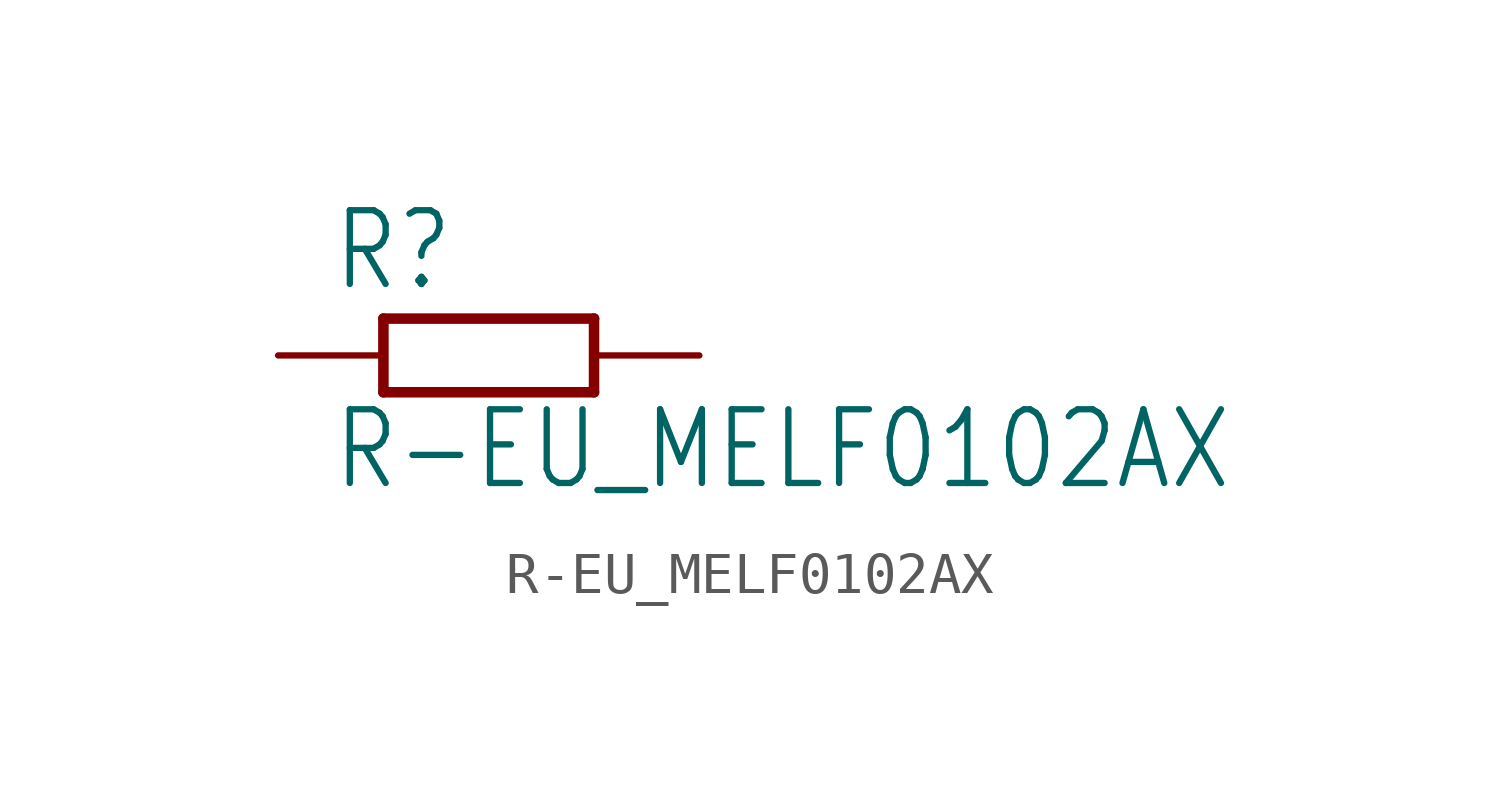
<source format=kicad_sym>
(kicad_symbol_lib
  (version 20211014)
  (generator kicad_symbol_editor)
  (symbol "R-EU_MELF0102AX"
    (property "Reference" "R"
      (at -3.81 1.499 0)
      (effects (font (size 1.778 1.511)) (justify left bottom)))
    (property "Value" "R-EU_MELF0102AX"
      (at -3.81 -3.302 0)
      (effects (font (size 1.778 1.511)) (justify left bottom)))
    (property "ki_locked" ""
      (at 0 0 0)
      (effects (font (size 1.27 1.27))))
    (symbol "R-EU_MELF0102AX_1_0"
      (polyline (pts (xy -2.54 -0.889) (xy -2.54 0.889)) (stroke (width 0.254) (type default) (color 0 0 0 0)) (fill (type none)))
      (polyline (pts (xy -2.54 -0.889) (xy 2.54 -0.889)) (stroke (width 0.254) (type default) (color 0 0 0 0)) (fill (type none)))
      (polyline (pts (xy 2.54 -0.889) (xy 2.54 0.889)) (stroke (width 0.254) (type default) (color 0 0 0 0)) (fill (type none)))
      (polyline (pts (xy 2.54 0.889) (xy -2.54 0.889)) (stroke (width 0.254) (type default) (color 0 0 0 0)) (fill (type none)))
      (pin passive line (at -5.08 0 0) (length 2.54) (name "1" (effects (font (size 0 0)))) (number "1" (effects (font (size 0 0)))))
      (pin passive line (at 5.08 0 180) (length 2.54) (name "2" (effects (font (size 0 0)))) (number "2" (effects (font (size 0 0))))))))
</source>
